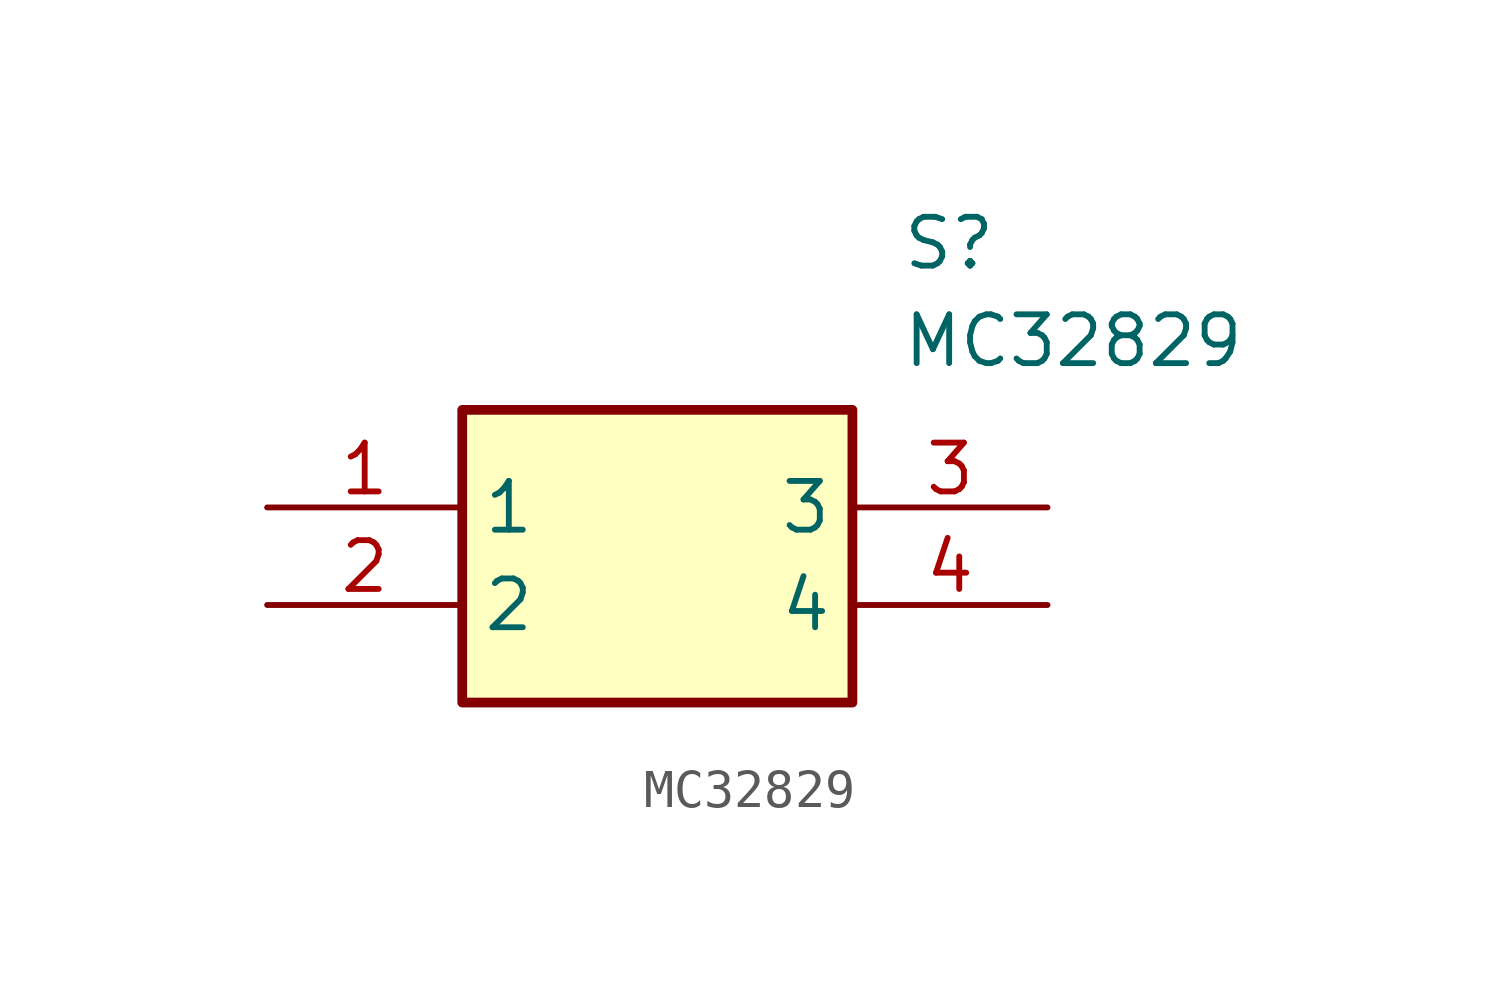
<source format=kicad_sym>
(kicad_symbol_lib
  (version 20211014)
  (generator SamacSys_ECAD_Model)
  (symbol "MC32829"
    (property "Reference" "S"
      (at 16.51 7.62 0)
      (effects (font (size 1.27 1.27)) (justify left top)))
    (property "Value" "MC32829"
      (at 16.51 5.08 0)
      (effects (font (size 1.27 1.27)) (justify left top)))
    (rectangle
      (start 5.08 2.54)
      (end 15.24 -5.08)
      (stroke (width 0.254) (type default))
      (fill (type background)))
    (pin passive line
      (at 0 0 0)
      (length 5.08)
      (name "1" (effects (font (size 1.27 1.27))))
      (number "1" (effects (font (size 1.27 1.27)))))
    (pin passive line
      (at 0 -2.54 0)
      (length 5.08)
      (name "2" (effects (font (size 1.27 1.27))))
      (number "2" (effects (font (size 1.27 1.27)))))
    (pin passive line
      (at 20.32 0 180)
      (length 5.08)
      (name "3" (effects (font (size 1.27 1.27))))
      (number "3" (effects (font (size 1.27 1.27)))))
    (pin passive line
      (at 20.32 -2.54 180)
      (length 5.08)
      (name "4" (effects (font (size 1.27 1.27))))
      (number "4" (effects (font (size 1.27 1.27)))))))
</source>
